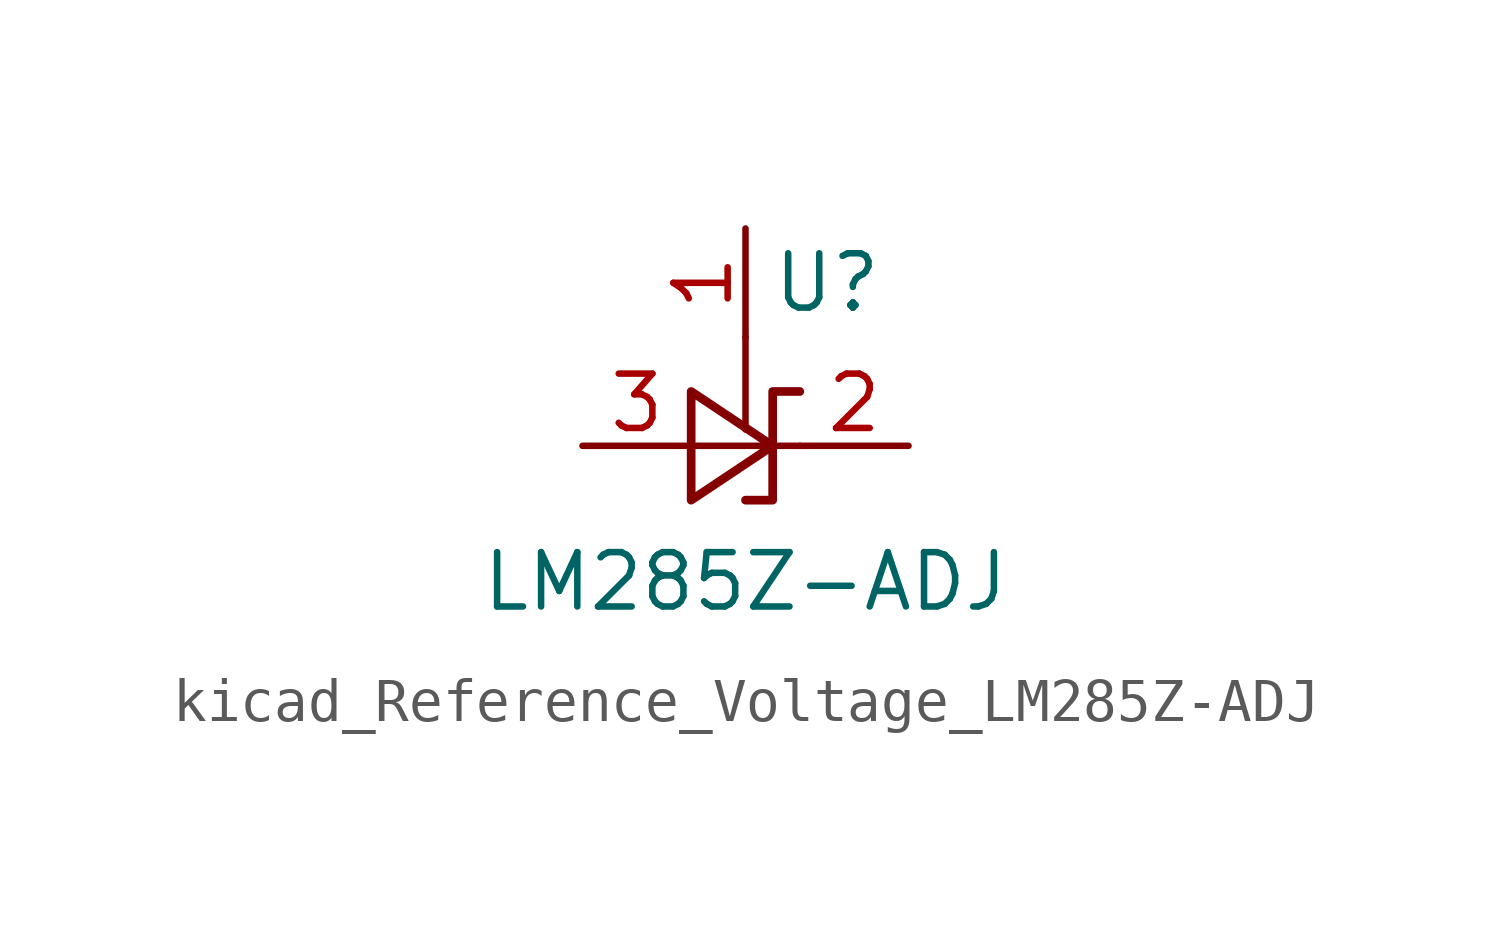
<source format=kicad_sym>
(kicad_symbol_lib
  (version 20220914)
  (generator kicad_symbol_editor)
  (symbol "kicad_Reference_Voltage_LM285Z-ADJ"
    (pin_names
      (offset 0.025) hide)
    (property "Reference" "U"
      (at 1.905 3.81 0)
      (effects (font (size 1.27 1.27))))
    (property "Value" "LM285Z-ADJ"
      (at 0 -3.175 0)
      (effects (font (size 1.27 1.27))))
    (symbol "kicad_Reference_Voltage_LM285Z-ADJ_0_1"
      (polyline (pts (xy 0 2.54) (xy 0 0.381)) (stroke (width 0) (type default)) (fill (type none)))
      (polyline (pts (xy -1.27 0) (xy 0 0) (xy 1.27 0)) (stroke (width 0) (type default)) (fill (type none)))
      (polyline (pts (xy -1.27 -1.27) (xy 0.635 0) (xy -1.27 1.27) (xy -1.27 -1.27)) (stroke (width 0.203) (type default)) (fill (type none)))
      (polyline (pts (xy 0 -1.27) (xy 0.635 -1.27) (xy 0.635 1.27) (xy 1.27 1.27)) (stroke (width 0.203) (type default)) (fill (type none))))
    (symbol "kicad_Reference_Voltage_LM285Z-ADJ_1_1"
      (pin input line (at 0 5.08 270) (length 2.54) (name "FB" (effects (font (size 1.27 1.27)))) (number "1" (effects (font (size 1.27 1.27)))))
      (pin passive line (at 3.81 0 180) (length 2.54) (name "K" (effects (font (size 1.27 1.27)))) (number "2" (effects (font (size 1.27 1.27)))))
      (pin passive line (at -3.81 0 0) (length 2.54) (name "A" (effects (font (size 1.27 1.27)))) (number "3" (effects (font (size 1.27 1.27))))))))
</source>
